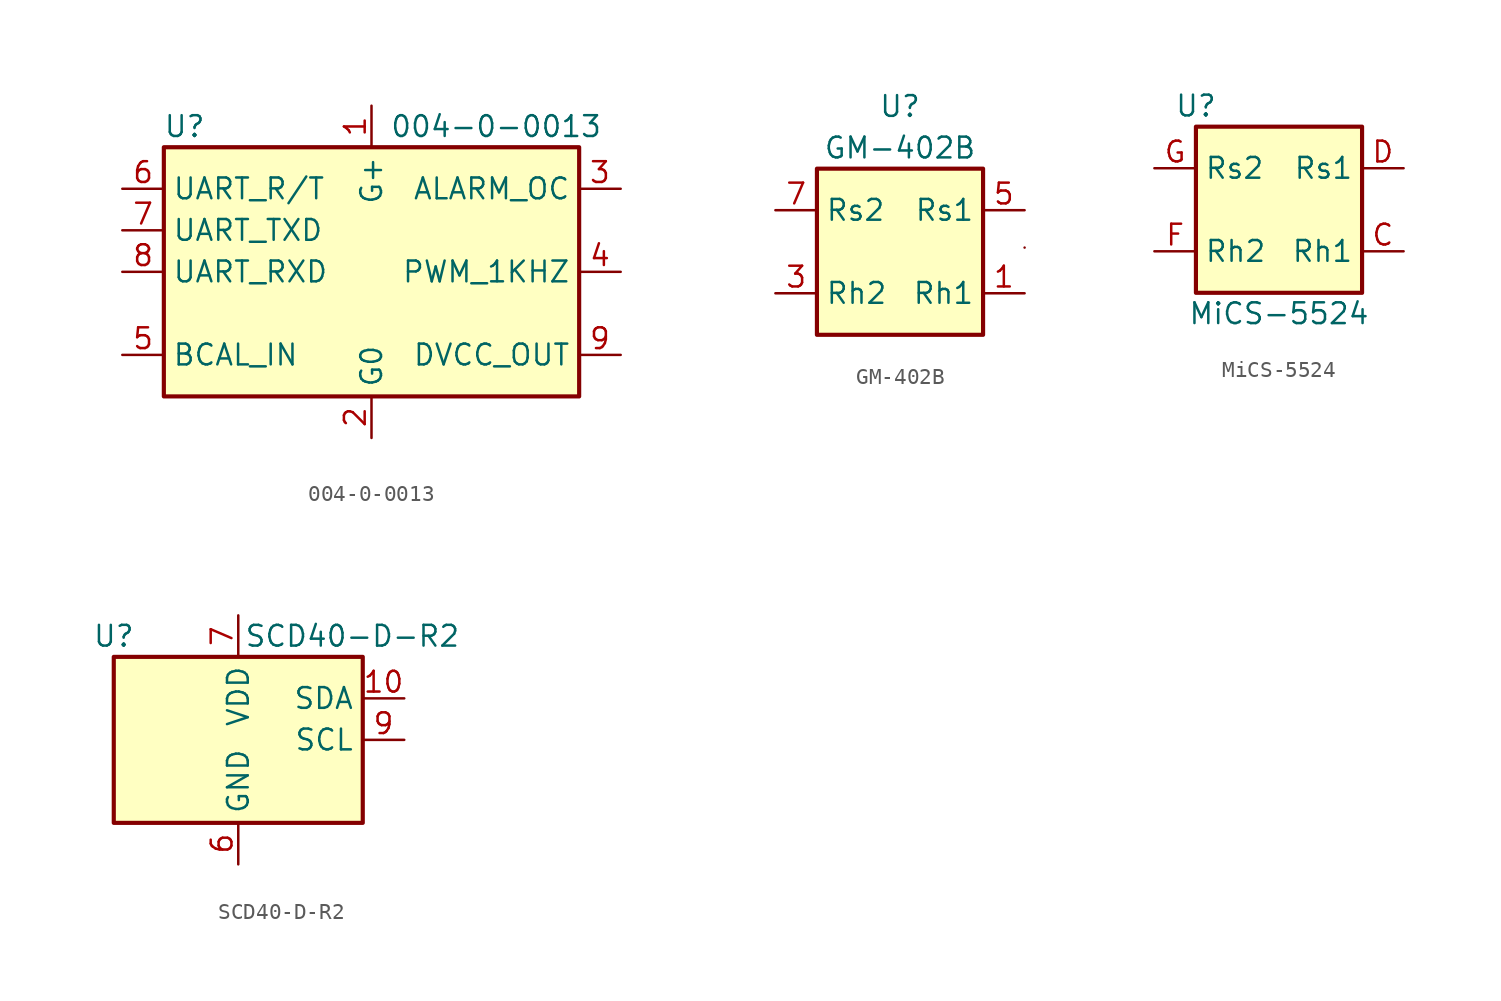
<source format=kicad_sym>
(kicad_symbol_lib
  (version 20241209)
  (generator "kicad_symbol_editor")
  (generator_version "9.0")
  (symbol "004-0-0013"
    (property "Reference" "U"
      (at -11.43 8.89 0)
      (effects (font (size 1.27 1.27))))
    (property "Value" "004-0-0013"
      (at 7.62 8.89 0)
      (effects (font (size 1.27 1.27))))
    (symbol "004-0-0013_0_1"
      (rectangle (start -12.7 7.62) (end 12.7 -7.62) (stroke (width 0.254) (type default)) (fill (type background))))
    (symbol "004-0-0013_1_1"
      (pin output line (at -15.24 5.08 0) (length 2.54) (name "UART_R/T" (effects (font (size 1.27 1.27)))) (number "6" (effects (font (size 1.27 1.27)))))
      (pin output line (at -15.24 2.54 0) (length 2.54) (name "UART_TXD" (effects (font (size 1.27 1.27)))) (number "7" (effects (font (size 1.27 1.27)))))
      (pin input line (at -15.24 0 0) (length 2.54) (name "UART_RXD" (effects (font (size 1.27 1.27)))) (number "8" (effects (font (size 1.27 1.27)))))
      (pin input line (at -15.24 -5.08 0) (length 2.54) (name "BCAL_IN" (effects (font (size 1.27 1.27)))) (number "5" (effects (font (size 1.27 1.27)))))
      (pin power_in line (at 0 10.16 270) (length 2.54) (name "G+" (effects (font (size 1.27 1.27)))) (number "1" (effects (font (size 1.27 1.27)))))
      (pin power_in line (at 0 -10.16 90) (length 2.54) (name "G0" (effects (font (size 1.27 1.27)))) (number "2" (effects (font (size 1.27 1.27)))))
      (pin open_collector line (at 15.24 5.08 180) (length 2.54) (name "ALARM_OC" (effects (font (size 1.27 1.27)))) (number "3" (effects (font (size 1.27 1.27)))))
      (pin output line (at 15.24 0 180) (length 2.54) (name "PWM_1KHZ" (effects (font (size 1.27 1.27)))) (number "4" (effects (font (size 1.27 1.27)))))
      (pin power_out line (at 15.24 -5.08 180) (length 2.54) (name "DVCC_OUT" (effects (font (size 1.27 1.27)))) (number "9" (effects (font (size 1.27 1.27)))))))
  (symbol "GM-402B"
    (property "Reference" "U"
      (at 0 8.89 0)
      (effects (font (size 1.27 1.27))))
    (property "Value" "GM-402B"
      (at 0 6.35 0)
      (effects (font (size 1.27 1.27))))
    (symbol "GM-402B_0_1"
      (rectangle (start -5.08 5.08) (end 5.08 -5.08) (stroke (width 0.254) (type default)) (fill (type background)))
      (rectangle (start 7.62 0.254) (end 7.62 0.254) (stroke (width 0) (type default)) (fill (type none))))
    (symbol "GM-402B_1_1"
      (pin passive line (at -7.62 2.54 0) (length 2.54) (name "Rs2" (effects (font (size 1.27 1.27)))) (number "7" (effects (font (size 1.27 1.27)))))
      (pin passive line (at -7.62 -2.54 0) (length 2.54) (name "Rh2" (effects (font (size 1.27 1.27)))) (number "3" (effects (font (size 1.27 1.27)))))
      (pin no_connect line (at -5.08 0 0) (length 2.54) (hide yes) (name "NC" (effects (font (size 1.27 1.27)))) (number "2" (effects (font (size 1.27 1.27)))))
      (pin no_connect line (at 0 5.08 270) (length 2.54) (hide yes) (name "NC" (effects (font (size 1.27 1.27)))) (number "8" (effects (font (size 1.27 1.27)))))
      (pin no_connect line (at 0 -5.08 90) (length 2.54) (hide yes) (name "NC" (effects (font (size 1.27 1.27)))) (number "4" (effects (font (size 1.27 1.27)))))
      (pin no_connect line (at 5.08 0 180) (length 2.54) (hide yes) (name "NC" (effects (font (size 1.27 1.27)))) (number "6" (effects (font (size 1.27 1.27)))))
      (pin passive line (at 7.62 2.54 180) (length 2.54) (name "Rs1" (effects (font (size 1.27 1.27)))) (number "5" (effects (font (size 1.27 1.27)))))
      (pin passive line (at 7.62 -2.54 180) (length 2.54) (name "Rh1" (effects (font (size 1.27 1.27)))) (number "1" (effects (font (size 1.27 1.27)))))))
  (symbol "MiCS-5524"
    (property "Reference" "U"
      (at -5.08 6.35 0)
      (effects (font (size 1.27 1.27))))
    (property "Value" "MiCS-5524"
      (at 0 -6.35 0)
      (effects (font (size 1.27 1.27))))
    (symbol "MiCS-5524_0_1"
      (rectangle (start -5.08 5.08) (end 5.08 -5.08) (stroke (width 0.254) (type default)) (fill (type background))))
    (symbol "MiCS-5524_1_1"
      (pin input line (at -7.62 2.54 0) (length 2.54) (name "Rs2" (effects (font (size 1.27 1.27)))) (number "G" (effects (font (size 1.27 1.27)))))
      (pin input line (at -7.62 -2.54 0) (length 2.54) (name "Rh2" (effects (font (size 1.27 1.27)))) (number "F" (effects (font (size 1.27 1.27)))))
      (pin no_connect line (at -2.54 5.08 270) (length 2.54) (hide yes) (name "NC" (effects (font (size 1.27 1.27)))) (number "J" (effects (font (size 1.27 1.27)))))
      (pin no_connect line (at -2.54 -5.08 90) (length 2.54) (hide yes) (name "NC" (effects (font (size 1.27 1.27)))) (number "E" (effects (font (size 1.27 1.27)))))
      (pin no_connect line (at 0 5.08 270) (length 2.54) (hide yes) (name "NC" (effects (font (size 1.27 1.27)))) (number "A" (effects (font (size 1.27 1.27)))))
      (pin no_connect line (at 0 -5.08 90) (length 2.54) (hide yes) (name "NC" (effects (font (size 1.27 1.27)))) (number "B" (effects (font (size 1.27 1.27)))))
      (pin no_connect line (at 2.54 5.08 270) (length 2.54) (hide yes) (name "NC" (effects (font (size 1.27 1.27)))) (number "K" (effects (font (size 1.27 1.27)))))
      (pin no_connect line (at 2.54 -5.08 90) (length 2.54) (hide yes) (name "NC" (effects (font (size 1.27 1.27)))) (number "H" (effects (font (size 1.27 1.27)))))
      (pin output line (at 7.62 2.54 180) (length 2.54) (name "Rs1" (effects (font (size 1.27 1.27)))) (number "D" (effects (font (size 1.27 1.27)))))
      (pin output line (at 7.62 -2.54 180) (length 2.54) (name "Rh1" (effects (font (size 1.27 1.27)))) (number "C" (effects (font (size 1.27 1.27)))))))
  (symbol "SCD40-D-R2"
    (property "Reference" "U"
      (at -7.62 6.35 0)
      (effects (font (size 1.27 1.27))))
    (property "Value" "SCD40-D-R2"
      (at 6.985 6.35 0)
      (effects (font (size 1.27 1.27))))
    (symbol "SCD40-D-R2_0_1"
      (rectangle (start 7.62 5.08) (end -7.62 -5.08) (stroke (width 0.254) (type default)) (fill (type background))))
    (symbol "SCD40-D-R2_1_1"
      (pin passive line (at 0 7.62 270) (length 2.54) (hide yes) (name "VDD" (effects (font (size 1.27 1.27)))) (number "19" (effects (font (size 1.27 1.27)))))
      (pin power_in line (at 0 7.62 270) (length 2.54) (name "VDD" (effects (font (size 1.27 1.27)))) (number "7" (effects (font (size 1.27 1.27)))))
      (pin passive line (at 0 -7.62 90) (length 2.54) (hide yes) (name "GND" (effects (font (size 1.27 1.27)))) (number "20" (effects (font (size 1.27 1.27)))))
      (pin passive line (at 0 -7.62 90) (length 2.54) (hide yes) (name "GND" (effects (font (size 1.27 1.27)))) (number "21" (effects (font (size 1.27 1.27)))))
      (pin power_in line (at 0 -7.62 90) (length 2.54) (name "GND" (effects (font (size 1.27 1.27)))) (number "6" (effects (font (size 1.27 1.27)))))
      (pin bidirectional line (at 10.16 2.54 180) (length 2.54) (name "SDA" (effects (font (size 1.27 1.27)))) (number "10" (effects (font (size 1.27 1.27)))))
      (pin input line (at 10.16 0 180) (length 2.54) (name "SCL" (effects (font (size 1.27 1.27)))) (number "9" (effects (font (size 1.27 1.27))))))))
</source>
